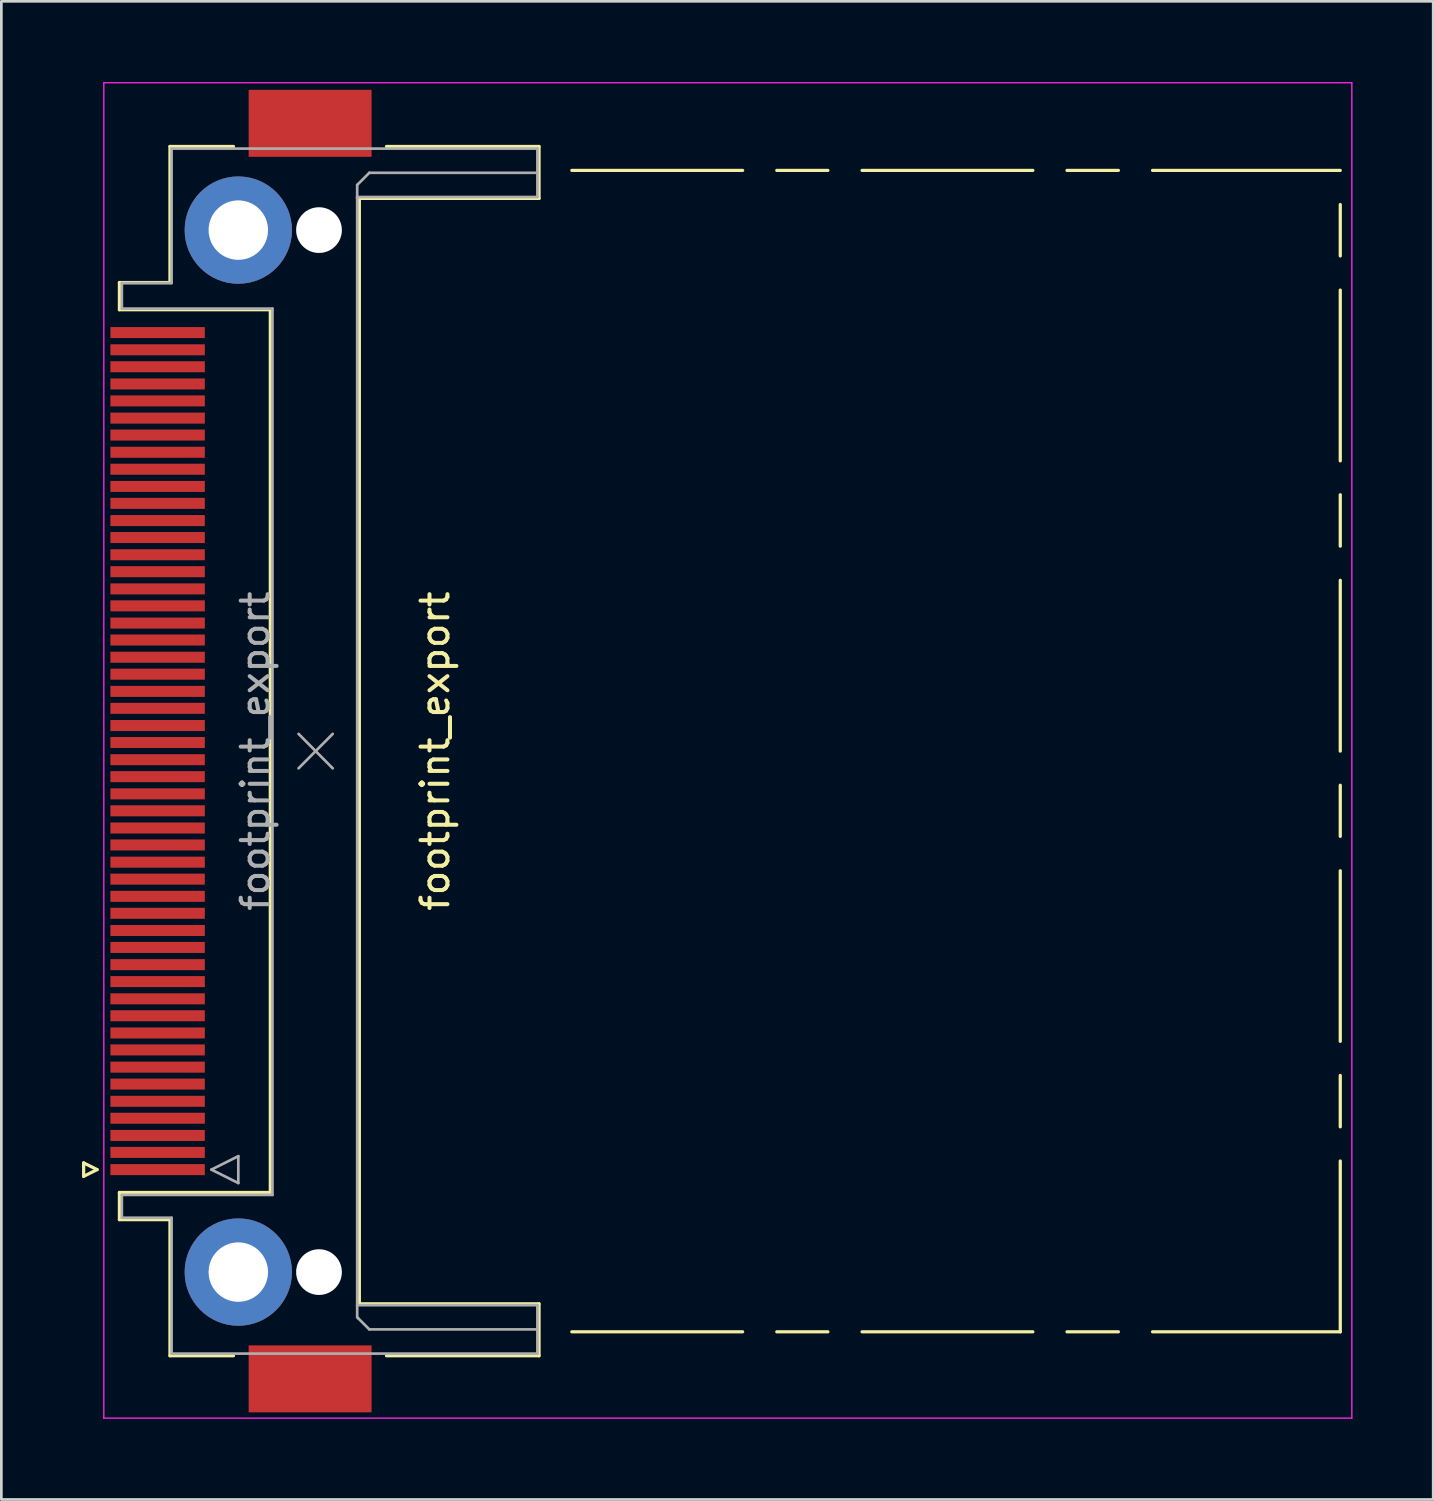
<source format=kicad_pcb>
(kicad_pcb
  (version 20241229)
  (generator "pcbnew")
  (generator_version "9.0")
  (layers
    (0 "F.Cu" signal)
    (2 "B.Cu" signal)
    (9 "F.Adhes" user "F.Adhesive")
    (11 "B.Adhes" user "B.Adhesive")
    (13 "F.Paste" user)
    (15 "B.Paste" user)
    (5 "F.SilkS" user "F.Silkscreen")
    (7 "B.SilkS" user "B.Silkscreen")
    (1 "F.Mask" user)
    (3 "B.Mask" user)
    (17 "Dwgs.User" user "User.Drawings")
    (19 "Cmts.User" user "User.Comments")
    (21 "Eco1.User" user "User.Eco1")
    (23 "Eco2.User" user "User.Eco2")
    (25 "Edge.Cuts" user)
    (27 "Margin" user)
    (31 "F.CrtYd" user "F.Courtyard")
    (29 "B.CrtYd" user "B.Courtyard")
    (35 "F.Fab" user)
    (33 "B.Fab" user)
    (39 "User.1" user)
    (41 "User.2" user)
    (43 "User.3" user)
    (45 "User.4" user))
  (footprint "footprint_export"
    (layer "F.Cu")
    (at 5.91 24.875)
    (property "Reference" "footprint_export" (at 7.22 0 90) (layer "F.SilkS") (effects (font (size 1 1) (thickness 0.15))))
    (attr smd)
    (fp_line (start -5.85 15.31) (end -5.35 15.56) (stroke (width 0.12) (type solid)) (layer "F.SilkS"))
    (fp_line (start -5.85 15.81) (end -5.85 15.31) (stroke (width 0.12) (type solid)) (layer "F.SilkS"))
    (fp_line (start -5.35 15.56) (end -5.85 15.81) (stroke (width 0.12) (type solid)) (layer "F.SilkS"))
    (fp_line (start -4.52 -17.42) (end -2.64 -17.42) (stroke (width 0.12) (type solid)) (layer "F.SilkS"))
    (fp_line (start -4.52 -16.41) (end -4.52 -17.42) (stroke (width 0.12) (type solid)) (layer "F.SilkS"))
    (fp_line (start -4.52 16.41) (end 1.09 16.41) (stroke (width 0.12) (type solid)) (layer "F.SilkS"))
    (fp_line (start -4.52 17.42) (end -4.52 16.41) (stroke (width 0.12) (type solid)) (layer "F.SilkS"))
    (fp_line (start -2.64 -22.48) (end -0.28 -22.48) (stroke (width 0.12) (type solid)) (layer "F.SilkS"))
    (fp_line (start -2.64 -17.42) (end -2.64 -22.48) (stroke (width 0.12) (type solid)) (layer "F.SilkS"))
    (fp_line (start -2.64 17.42) (end -4.52 17.42) (stroke (width 0.12) (type solid)) (layer "F.SilkS"))
    (fp_line (start -2.64 22.48) (end -2.64 17.42) (stroke (width 0.12) (type solid)) (layer "F.SilkS"))
    (fp_line (start -0.28 22.48) (end -2.64 22.48) (stroke (width 0.12) (type solid)) (layer "F.SilkS"))
    (fp_line (start 1.09 -16.41) (end -4.52 -16.41) (stroke (width 0.12) (type solid)) (layer "F.SilkS"))
    (fp_line (start 1.09 16.41) (end 1.09 -16.41) (stroke (width 0.12) (type solid)) (layer "F.SilkS"))
    (fp_line (start 4.4 -20.55) (end 11.08 -20.55) (stroke (width 0.12) (type solid)) (layer "F.SilkS"))
    (fp_line (start 4.4 20.55) (end 4.4 -20.55) (stroke (width 0.12) (type solid)) (layer "F.SilkS"))
    (fp_line (start 5.41 22.48) (end 11.08 22.48) (stroke (width 0.12) (type solid)) (layer "F.SilkS"))
    (fp_line (start 11.08 -22.48) (end 5.41 -22.48) (stroke (width 0.12) (type solid)) (layer "F.SilkS"))
    (fp_line (start 11.08 -20.55) (end 11.08 -22.48) (stroke (width 0.12) (type solid)) (layer "F.SilkS"))
    (fp_line (start 11.08 20.55) (end 4.4 20.55) (stroke (width 0.12) (type solid)) (layer "F.SilkS"))
    (fp_line (start 11.08 22.48) (end 11.08 20.55) (stroke (width 0.12) (type solid)) (layer "F.SilkS"))
    (fp_line (start 12.3 -21.59) (end 18.65 -21.59) (stroke (width 0.12) (type solid)) (layer "F.SilkS"))
    (fp_line (start 12.3 21.59) (end 18.65 21.59) (stroke (width 0.12) (type solid)) (layer "F.SilkS"))
    (fp_line (start 19.92 -21.59) (end 21.82 -21.59) (stroke (width 0.12) (type solid)) (layer "F.SilkS"))
    (fp_line (start 19.92 21.59) (end 21.82 21.59) (stroke (width 0.12) (type solid)) (layer "F.SilkS"))
    (fp_line (start 23.09 -21.59) (end 29.44 -21.59) (stroke (width 0.12) (type solid)) (layer "F.SilkS"))
    (fp_line (start 23.09 21.59) (end 29.44 21.59) (stroke (width 0.12) (type solid)) (layer "F.SilkS"))
    (fp_line (start 30.71 -21.59) (end 32.62 -21.59) (stroke (width 0.12) (type solid)) (layer "F.SilkS"))
    (fp_line (start 30.71 21.59) (end 32.62 21.59) (stroke (width 0.12) (type solid)) (layer "F.SilkS"))
    (fp_line (start 33.89 -21.59) (end 40.87 -21.59) (stroke (width 0.12) (type solid)) (layer "F.SilkS"))
    (fp_line (start 33.89 21.59) (end 40.87 21.59) (stroke (width 0.12) (type solid)) (layer "F.SilkS"))
    (fp_line (start 40.87 -18.41) (end 40.87 -20.32) (stroke (width 0.12) (type solid)) (layer "F.SilkS"))
    (fp_line (start 40.87 -10.79) (end 40.87 -17.14) (stroke (width 0.12) (type solid)) (layer "F.SilkS"))
    (fp_line (start 40.87 -7.62) (end 40.87 -9.53) (stroke (width 0.12) (type solid)) (layer "F.SilkS"))
    (fp_line (start 40.87 0) (end 40.87 -6.35) (stroke (width 0.12) (type solid)) (layer "F.SilkS"))
    (fp_line (start 40.87 3.17) (end 40.87 1.27) (stroke (width 0.12) (type solid)) (layer "F.SilkS"))
    (fp_line (start 40.87 10.79) (end 40.87 4.45) (stroke (width 0.12) (type solid)) (layer "F.SilkS"))
    (fp_line (start 40.87 13.97) (end 40.87 12.06) (stroke (width 0.12) (type solid)) (layer "F.SilkS"))
    (fp_line (start 40.87 21.59) (end 40.87 15.24) (stroke (width 0.12) (type solid)) (layer "F.SilkS"))
    (fp_line (start -5.1 -24.85) (end 41.3 -24.85) (stroke (width 0.05) (type solid)) (layer "F.CrtYd"))
    (fp_line (start -5.1 24.8) (end -5.1 -24.85) (stroke (width 0.05) (type solid)) (layer "F.CrtYd"))
    (fp_line (start -5.1 24.8) (end 41.3 24.8) (stroke (width 0.05) (type solid)) (layer "F.CrtYd"))
    (fp_line (start 41.3 24.8) (end 41.3 -24.85) (stroke (width 0.05) (type solid)) (layer "F.CrtYd"))
    (fp_line (start -4.43 -17.4) (end -4.43 -16.45) (stroke (width 0.1) (type solid)) (layer "F.Fab"))
    (fp_line (start -4.43 -16.45) (end 1.17 -16.45) (stroke (width 0.1) (type solid)) (layer "F.Fab"))
    (fp_line (start -4.43 16.5) (end -4.43 17.35) (stroke (width 0.1) (type solid)) (layer "F.Fab"))
    (fp_line (start -4.43 17.35) (end -2.58 17.35) (stroke (width 0.1) (type solid)) (layer "F.Fab"))
    (fp_line (start -2.58 -22.4) (end -2.58 -17.4) (stroke (width 0.1) (type solid)) (layer "F.Fab"))
    (fp_line (start -2.58 -17.4) (end -4.43 -17.4) (stroke (width 0.1) (type solid)) (layer "F.Fab"))
    (fp_line (start -2.58 17.35) (end -2.58 22.4) (stroke (width 0.1) (type solid)) (layer "F.Fab"))
    (fp_line (start -2.58 22.4) (end 11.02 22.4) (stroke (width 0.1) (type solid)) (layer "F.Fab"))
    (fp_line (start -1.1 15.56) (end -0.1 15.06) (stroke (width 0.1) (type solid)) (layer "F.Fab"))
    (fp_line (start -0.1 15.06) (end -0.1 16.06) (stroke (width 0.1) (type solid)) (layer "F.Fab"))
    (fp_line (start -0.1 16.06) (end -1.1 15.56) (stroke (width 0.1) (type solid)) (layer "F.Fab"))
    (fp_line (start 1.17 -16.45) (end 1.17 16.5) (stroke (width 0.1) (type solid)) (layer "F.Fab"))
    (fp_line (start 1.17 16.5) (end -4.43 16.5) (stroke (width 0.1) (type solid)) (layer "F.Fab"))
    (fp_line (start 2.14 -0.64) (end 3.41 0.64) (stroke (width 0.1) (type solid)) (layer "F.Fab"))
    (fp_line (start 2.14 0.64) (end 3.41 -0.64) (stroke (width 0.1) (type solid)) (layer "F.Fab"))
    (fp_line (start 4.32 -21.05) (end 4.32 -20.55) (stroke (width 0.1) (type solid)) (layer "F.Fab"))
    (fp_line (start 4.32 -20.6) (end 11.02 -20.6) (stroke (width 0.1) (type solid)) (layer "F.Fab"))
    (fp_line (start 4.32 20.6) (end 4.32 -20.6) (stroke (width 0.1) (type solid)) (layer "F.Fab"))
    (fp_line (start 4.32 21.05) (end 4.32 20.6) (stroke (width 0.1) (type solid)) (layer "F.Fab"))
    (fp_line (start 4.37 21.1) (end 4.32 21.05) (stroke (width 0.1) (type solid)) (layer "F.Fab"))
    (fp_line (start 4.77 -21.5) (end 4.32 -21.05) (stroke (width 0.1) (type solid)) (layer "F.Fab"))
    (fp_line (start 4.77 21.5) (end 4.37 21.1) (stroke (width 0.1) (type solid)) (layer "F.Fab"))
    (fp_line (start 11.02 -22.4) (end -2.58 -22.4) (stroke (width 0.1) (type solid)) (layer "F.Fab"))
    (fp_line (start 11.02 -21.5) (end 4.77 -21.5) (stroke (width 0.1) (type solid)) (layer "F.Fab"))
    (fp_line (start 11.02 -20.6) (end 11.02 -22.4) (stroke (width 0.1) (type solid)) (layer "F.Fab"))
    (fp_line (start 11.02 20.6) (end 4.32 20.6) (stroke (width 0.1) (type solid)) (layer "F.Fab"))
    (fp_line (start 11.02 21.5) (end 4.77 21.5) (stroke (width 0.1) (type solid)) (layer "F.Fab"))
    (fp_line (start 11.02 22.4) (end 11.02 20.6) (stroke (width 0.1) (type solid)) (layer "F.Fab"))
    (fp_text user "${REFERENCE}" (at 0.535 0 90) (layer "F.Fab") (effects (font (size 1 1) (thickness 0.15))))
    (pad "" thru_hole circle (at -0.1 -19.37 90) (size 3.99 3.99) (drill 2.21) (layers "*.Cu" "*.Mask"))
    (pad "" thru_hole circle (at -0.1 19.37 90) (size 3.99 3.99) (drill 2.21) (layers "*.Cu" "*.Mask"))
    (pad "" smd rect (at 2.57 -23.34 90) (size 2.49 4.57) (layers "F.Cu" "F.Mask" "F.Paste"))
    (pad "" smd rect (at 2.57 23.34 90) (size 2.49 4.57) (layers "F.Cu" "F.Mask" "F.Paste"))
    (pad "" np_thru_hole circle (at 2.9 -19.37 90) (size 1.7 1.7) (drill 1.7) (layers "*.Cu" "*.Mask"))
    (pad "" np_thru_hole circle (at 2.9 19.37 90) (size 1.7 1.7) (drill 1.7) (layers "*.Cu" "*.Mask"))
    (pad "1" smd rect (at -3.1 15.56 270) (size 0.41 3.51) (layers "F.Cu" "F.Mask" "F.Paste"))
    (pad "2" smd rect (at -3.1 14.29 270) (size 0.41 3.51) (layers "F.Cu" "F.Mask" "F.Paste"))
    (pad "3" smd rect (at -3.1 13.02 270) (size 0.41 3.51) (layers "F.Cu" "F.Mask" "F.Paste"))
    (pad "4" smd rect (at -3.1 11.75 270) (size 0.41 3.51) (layers "F.Cu" "F.Mask" "F.Paste"))
    (pad "5" smd rect (at -3.1 10.48 270) (size 0.41 3.51) (layers "F.Cu" "F.Mask" "F.Paste"))
    (pad "6" smd rect (at -3.1 9.21 270) (size 0.41 3.51) (layers "F.Cu" "F.Mask" "F.Paste"))
    (pad "7" smd rect (at -3.1 7.94 270) (size 0.41 3.51) (layers "F.Cu" "F.Mask" "F.Paste"))
    (pad "8" smd rect (at -3.1 6.67 270) (size 0.41 3.51) (layers "F.Cu" "F.Mask" "F.Paste"))
    (pad "9" smd rect (at -3.1 5.4 270) (size 0.41 3.51) (layers "F.Cu" "F.Mask" "F.Paste"))
    (pad "10" smd rect (at -3.1 4.13 270) (size 0.41 3.51) (layers "F.Cu" "F.Mask" "F.Paste"))
    (pad "11" smd rect (at -3.1 2.86 270) (size 0.41 3.51) (layers "F.Cu" "F.Mask" "F.Paste"))
    (pad "12" smd rect (at -3.1 1.59 270) (size 0.41 3.51) (layers "F.Cu" "F.Mask" "F.Paste"))
    (pad "13" smd rect (at -3.1 0.32 270) (size 0.41 3.51) (layers "F.Cu" "F.Mask" "F.Paste"))
    (pad "14" smd rect (at -3.1 -0.95 270) (size 0.41 3.51) (layers "F.Cu" "F.Mask" "F.Paste"))
    (pad "15" smd rect (at -3.1 -2.22 270) (size 0.41 3.51) (layers "F.Cu" "F.Mask" "F.Paste"))
    (pad "16" smd rect (at -3.1 -3.49 270) (size 0.41 3.51) (layers "F.Cu" "F.Mask" "F.Paste"))
    (pad "17" smd rect (at -3.1 -4.76 270) (size 0.41 3.51) (layers "F.Cu" "F.Mask" "F.Paste"))
    (pad "18" smd rect (at -3.1 -6.03 270) (size 0.41 3.51) (layers "F.Cu" "F.Mask" "F.Paste"))
    (pad "19" smd rect (at -3.1 -7.3 270) (size 0.41 3.51) (layers "F.Cu" "F.Mask" "F.Paste"))
    (pad "20" smd rect (at -3.1 -8.57 270) (size 0.41 3.51) (layers "F.Cu" "F.Mask" "F.Paste"))
    (pad "21" smd rect (at -3.1 -9.84 270) (size 0.41 3.51) (layers "F.Cu" "F.Mask" "F.Paste"))
    (pad "22" smd rect (at -3.1 -11.11 270) (size 0.41 3.51) (layers "F.Cu" "F.Mask" "F.Paste"))
    (pad "23" smd rect (at -3.1 -12.38 270) (size 0.41 3.51) (layers "F.Cu" "F.Mask" "F.Paste"))
    (pad "24" smd rect (at -3.1 -13.65 270) (size 0.41 3.51) (layers "F.Cu" "F.Mask" "F.Paste"))
    (pad "25" smd rect (at -3.1 -14.92 270) (size 0.41 3.51) (layers "F.Cu" "F.Mask" "F.Paste"))
    (pad "26" smd rect (at -3.1 14.92 270) (size 0.41 3.51) (layers "F.Cu" "F.Mask" "F.Paste"))
    (pad "27" smd rect (at -3.1 13.65 270) (size 0.41 3.51) (layers "F.Cu" "F.Mask" "F.Paste"))
    (pad "28" smd rect (at -3.1 12.38 270) (size 0.41 3.51) (layers "F.Cu" "F.Mask" "F.Paste"))
    (pad "29" smd rect (at -3.1 11.11 270) (size 0.41 3.51) (layers "F.Cu" "F.Mask" "F.Paste"))
    (pad "30" smd rect (at -3.1 9.84 270) (size 0.41 3.51) (layers "F.Cu" "F.Mask" "F.Paste"))
    (pad "31" smd rect (at -3.1 8.57 270) (size 0.41 3.51) (layers "F.Cu" "F.Mask" "F.Paste"))
    (pad "32" smd rect (at -3.1 7.3 270) (size 0.41 3.51) (layers "F.Cu" "F.Mask" "F.Paste"))
    (pad "33" smd rect (at -3.1 6.03 270) (size 0.41 3.51) (layers "F.Cu" "F.Mask" "F.Paste"))
    (pad "34" smd rect (at -3.1 4.76 270) (size 0.41 3.51) (layers "F.Cu" "F.Mask" "F.Paste"))
    (pad "35" smd rect (at -3.1 3.49 270) (size 0.41 3.51) (layers "F.Cu" "F.Mask" "F.Paste"))
    (pad "36" smd rect (at -3.1 2.22 270) (size 0.41 3.51) (layers "F.Cu" "F.Mask" "F.Paste"))
    (pad "37" smd rect (at -3.1 0.95 270) (size 0.41 3.51) (layers "F.Cu" "F.Mask" "F.Paste"))
    (pad "38" smd rect (at -3.1 -0.32 270) (size 0.41 3.51) (layers "F.Cu" "F.Mask" "F.Paste"))
    (pad "39" smd rect (at -3.1 -1.59 270) (size 0.41 3.51) (layers "F.Cu" "F.Mask" "F.Paste"))
    (pad "40" smd rect (at -3.1 -2.86 270) (size 0.41 3.51) (layers "F.Cu" "F.Mask" "F.Paste"))
    (pad "41" smd rect (at -3.1 -4.13 270) (size 0.41 3.51) (layers "F.Cu" "F.Mask" "F.Paste"))
    (pad "42" smd rect (at -3.1 -5.4 270) (size 0.41 3.51) (layers "F.Cu" "F.Mask" "F.Paste"))
    (pad "43" smd rect (at -3.1 -6.67 270) (size 0.41 3.51) (layers "F.Cu" "F.Mask" "F.Paste"))
    (pad "44" smd rect (at -3.1 -7.94 270) (size 0.41 3.51) (layers "F.Cu" "F.Mask" "F.Paste"))
    (pad "45" smd rect (at -3.1 -9.21 270) (size 0.41 3.51) (layers "F.Cu" "F.Mask" "F.Paste"))
    (pad "46" smd rect (at -3.1 -10.48 270) (size 0.41 3.51) (layers "F.Cu" "F.Mask" "F.Paste"))
    (pad "47" smd rect (at -3.1 -11.75 270) (size 0.41 3.51) (layers "F.Cu" "F.Mask" "F.Paste"))
    (pad "48" smd rect (at -3.1 -13.02 270) (size 0.41 3.51) (layers "F.Cu" "F.Mask" "F.Paste"))
    (pad "49" smd rect (at -3.1 -14.29 270) (size 0.41 3.51) (layers "F.Cu" "F.Mask" "F.Paste"))
    (pad "50" smd rect (at -3.1 -15.56 270) (size 0.41 3.51) (layers "F.Cu" "F.Mask" "F.Paste")))
  (gr_rect
    (start -3 -3)
    (end 50.235 52.7)
    (stroke (width 0.1) (type default))
    (fill no)
    (layer "Edge.Cuts")))
</source>
